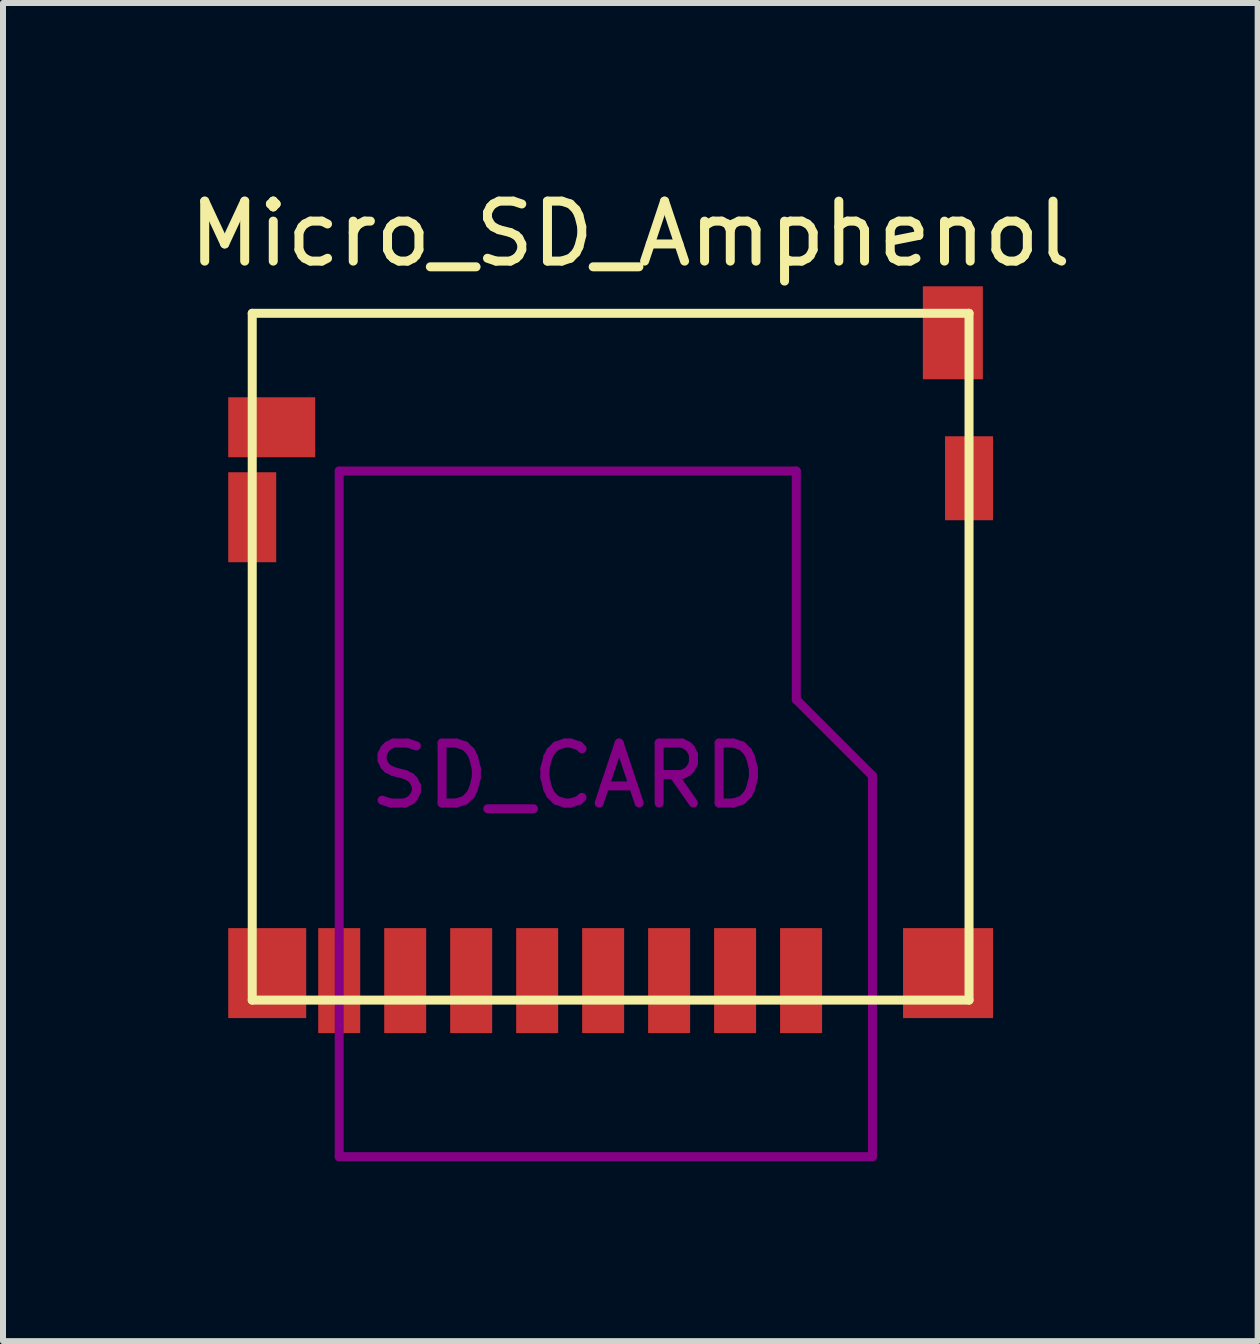
<source format=kicad_pcb>
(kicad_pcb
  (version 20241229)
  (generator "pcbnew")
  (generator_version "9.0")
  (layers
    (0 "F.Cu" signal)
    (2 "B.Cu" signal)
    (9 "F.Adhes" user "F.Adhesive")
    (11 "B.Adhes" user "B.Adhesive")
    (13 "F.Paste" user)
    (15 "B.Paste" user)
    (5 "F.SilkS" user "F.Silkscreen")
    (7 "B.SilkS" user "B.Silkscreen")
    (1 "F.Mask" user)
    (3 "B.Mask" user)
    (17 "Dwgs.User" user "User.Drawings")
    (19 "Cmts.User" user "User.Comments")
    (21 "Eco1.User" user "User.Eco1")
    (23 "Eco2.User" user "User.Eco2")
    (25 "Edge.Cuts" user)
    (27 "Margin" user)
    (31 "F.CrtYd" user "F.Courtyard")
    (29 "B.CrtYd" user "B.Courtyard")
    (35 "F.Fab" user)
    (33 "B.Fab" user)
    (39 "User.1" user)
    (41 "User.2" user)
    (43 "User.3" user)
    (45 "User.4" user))
  (footprint "Micro_SD_Amphenol"
    (layer "F.Cu")
    (at 2.605 12.423)
    (property "Reference" "Micro_SD_Amphenol" (at 4.853 -11.575 0) (layer "F.SilkS") (effects (font (size 1 1) (thickness 0.15))))
    (attr through_hole)
    (fp_line (start -1.45 -10.25) (end -1.45 1.2) (stroke (width 0.15) (type solid)) (layer "F.SilkS"))
    (fp_line (start -1.45 1.2) (end 10.5 1.2) (stroke (width 0.15) (type solid)) (layer "F.SilkS"))
    (fp_line (start 10.5 -10.25) (end -1.45 -10.25) (stroke (width 0.15) (type solid)) (layer "F.SilkS"))
    (fp_line (start 10.5 1.2) (end 10.5 -10.25) (stroke (width 0.15) (type solid)) (layer "F.SilkS"))
    (fp_line (start 0 -7.62) (end 7.62 -7.62) (stroke (width 0.15) (type solid)) (layer "F.Adhes"))
    (fp_line (start 0 3.81) (end 0 -7.62) (stroke (width 0.15) (type solid)) (layer "F.Adhes"))
    (fp_line (start 7.62 -7.62) (end 7.62 -3.81) (stroke (width 0.15) (type solid)) (layer "F.Adhes"))
    (fp_line (start 7.62 -3.81) (end 8.89 -2.54) (stroke (width 0.15) (type solid)) (layer "F.Adhes"))
    (fp_line (start 8.89 -2.54) (end 8.89 3.81) (stroke (width 0.15) (type solid)) (layer "F.Adhes"))
    (fp_line (start 8.89 3.81) (end 0 3.81) (stroke (width 0.15) (type solid)) (layer "F.Adhes"))
    (fp_text user "SD_CARD" (at 3.81 -2.54 0) (layer "F.Adhes") (effects (font (size 1 1) (thickness 0.15))))
    (pad "1" smd rect (at 7.7 0.875) (size 0.7 1.75) (layers "F.Cu" "F.Mask" "F.Paste"))
    (pad "2" smd rect (at 6.6 0.875) (size 0.7 1.75) (layers "F.Cu" "F.Mask" "F.Paste"))
    (pad "3" smd rect (at 5.5 0.875) (size 0.7 1.75) (layers "F.Cu" "F.Mask" "F.Paste"))
    (pad "4" smd rect (at 4.4 0.875) (size 0.7 1.75) (layers "F.Cu" "F.Mask" "F.Paste"))
    (pad "5" smd rect (at 3.3 0.875) (size 0.7 1.75) (layers "F.Cu" "F.Mask" "F.Paste"))
    (pad "6" smd rect (at 2.2 0.875) (size 0.7 1.75) (layers "F.Cu" "F.Mask" "F.Paste"))
    (pad "7" smd rect (at 1.1 0.875) (size 0.7 1.75) (layers "F.Cu" "F.Mask" "F.Paste"))
    (pad "8" smd rect (at 0 0.875) (size 0.7 1.75) (layers "F.Cu" "F.Mask" "F.Paste"))
    (pad "9" smd rect (at -1.125 -8.35) (size 1.45 1) (layers "F.Cu" "F.Mask" "F.Paste"))
    (pad "10" smd rect (at 10.23 -9.925) (size 1 1.55) (layers "F.Cu" "F.Mask" "F.Paste"))
    (pad "11" smd rect (at -1.45 -6.85) (size 0.8 1.5) (layers "F.Cu" "F.Mask" "F.Paste"))
    (pad "11" smd rect (at -1.2 0.75) (size 1.3 1.5) (layers "F.Cu" "F.Mask" "F.Paste"))
    (pad "11" smd rect (at 10.15 0.75) (size 1.5 1.5) (layers "F.Cu" "F.Mask" "F.Paste"))
    (pad "11" smd rect (at 10.5 -7.5) (size 0.8 1.4) (layers "F.Cu" "F.Mask" "F.Paste")))
  (gr_rect
    (start -3 -3)
    (end 17.917 19.308)
    (stroke (width 0.1) (type default))
    (fill no)
    (layer "Edge.Cuts")))
</source>
